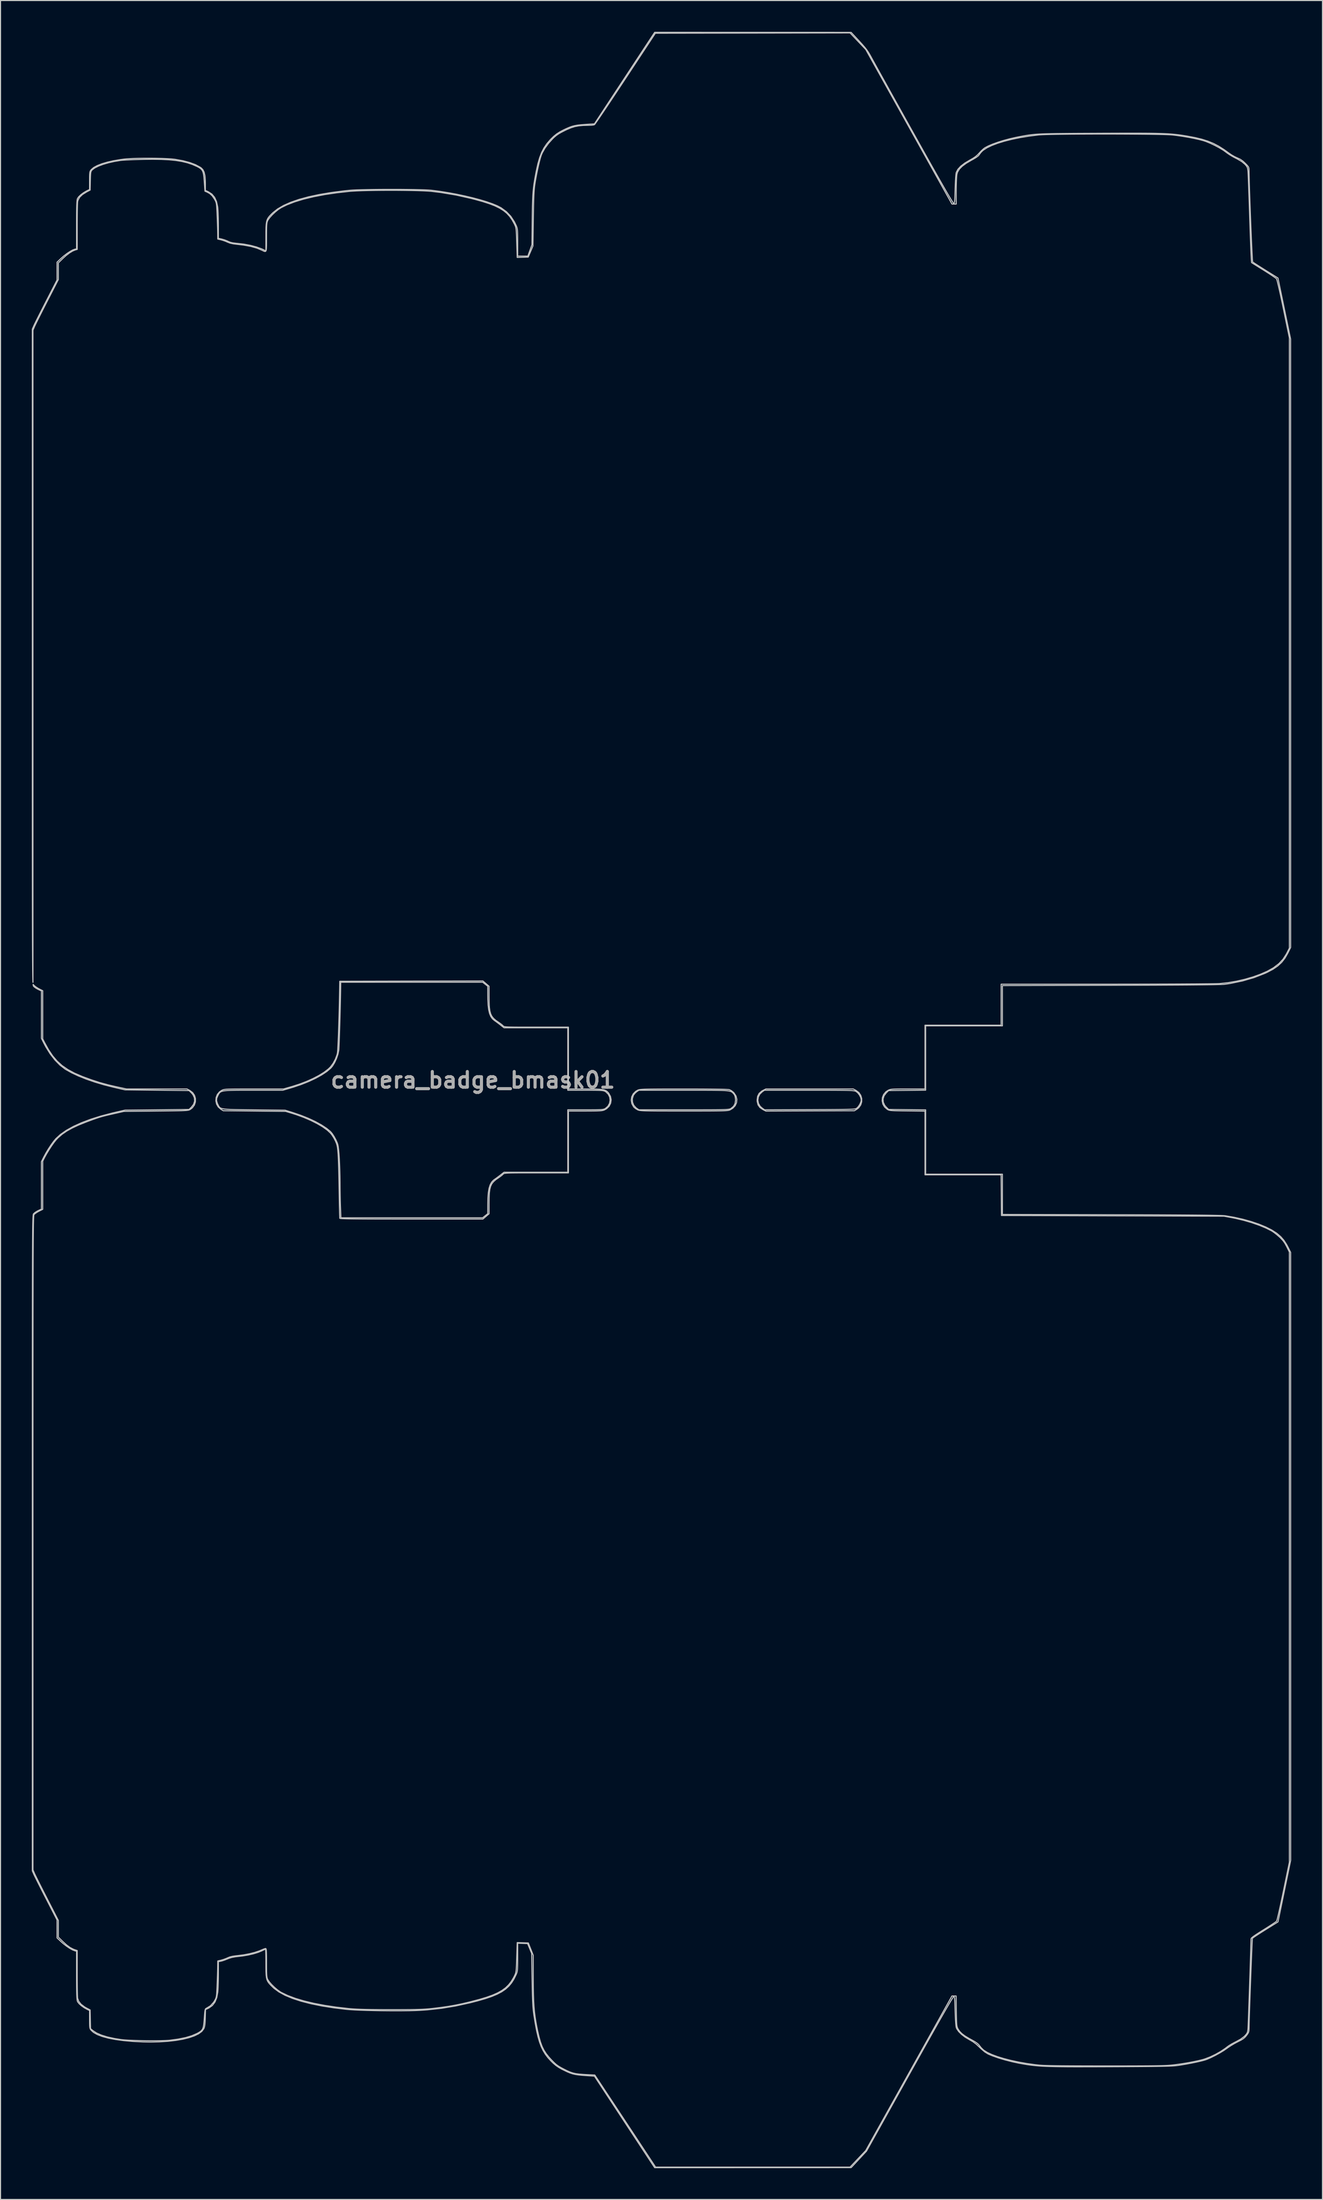
<source format=kicad_pcb>
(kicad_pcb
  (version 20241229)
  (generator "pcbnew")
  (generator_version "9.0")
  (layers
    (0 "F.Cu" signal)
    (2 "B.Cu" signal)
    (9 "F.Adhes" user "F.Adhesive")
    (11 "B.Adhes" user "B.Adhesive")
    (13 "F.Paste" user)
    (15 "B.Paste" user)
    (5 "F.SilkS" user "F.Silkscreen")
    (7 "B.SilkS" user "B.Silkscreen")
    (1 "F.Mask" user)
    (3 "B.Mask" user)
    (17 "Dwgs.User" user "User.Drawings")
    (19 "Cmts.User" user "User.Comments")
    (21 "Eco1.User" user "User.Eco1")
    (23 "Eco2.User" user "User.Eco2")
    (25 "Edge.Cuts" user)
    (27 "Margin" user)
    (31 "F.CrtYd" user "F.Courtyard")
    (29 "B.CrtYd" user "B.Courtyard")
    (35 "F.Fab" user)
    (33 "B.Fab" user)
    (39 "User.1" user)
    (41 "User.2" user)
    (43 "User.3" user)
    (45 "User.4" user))
  (footprint "camera_badge_bmask01"
    (layer "F.Cu")
    (at 60.398 102.457)
    (property "Reference" "camera_badge_bmask01" (at -18.09 -1.91 0) (layer "F.Fab") (effects (font (size 1.5 1.5) (thickness 0.3))))
    (attr board_only exclude_from_pos_files exclude_from_bom)
    (fp_poly (pts (xy 39.626 -69.067) (xy 40.022 -68.996) (xy 40.387 -68.861) (xy 40.684 -68.677) (xy 40.791 -68.577) (xy 40.939 -68.333) (xy 41.031 -68.012) (xy 41.065 -67.651) (xy 41.04 -67.285) (xy 40.956 -66.948) (xy 40.846 -66.726) (xy 40.689 -66.519) (xy 40.519 -66.374) (xy 40.295 -66.265) (xy 40.065 -66.189) (xy 39.7 -66.11) (xy 39.373 -66.109) (xy 39.161 -66.148) (xy 38.862 -66.257) (xy 38.566 -66.422) (xy 38.329 -66.611) (xy 38.31 -66.63) (xy 38.137 -66.885) (xy 38.04 -67.204) (xy 38.012 -67.606) (xy 38.016 -67.74) (xy 38.034 -67.988) (xy 38.069 -68.158) (xy 38.136 -68.298) (xy 38.253 -68.455) (xy 38.273 -68.479) (xy 38.53 -68.728) (xy 38.838 -68.927) (xy 38.853 -68.934) (xy 39.059 -69.026) (xy 39.231 -69.072) (xy 39.424 -69.08)) (stroke (width 0) (type solid)) (fill yes) (layer "B.Mask"))
    (fp_poly (pts (xy -22.623 -71.435) (xy -22.085 -71.322) (xy -21.592 -71.1) (xy -21.461 -71.017) (xy -20.969 -70.615) (xy -20.572 -70.141) (xy -20.276 -69.607) (xy -20.089 -69.028) (xy -20.016 -68.416) (xy -20.031 -68.023) (xy -20.15 -67.359) (xy -20.371 -66.768) (xy -20.695 -66.247) (xy -21.123 -65.794) (xy -21.42 -65.561) (xy -21.69 -65.38) (xy -21.914 -65.257) (xy -22.138 -65.17) (xy -22.413 -65.099) (xy -22.46 -65.088) (xy -22.749 -65.027) (xy -22.969 -64.992) (xy -23.163 -64.982) (xy -23.373 -64.996) (xy -23.643 -65.034) (xy -23.809 -65.061) (xy -24.243 -65.142) (xy -24.584 -65.232) (xy -24.862 -65.344) (xy -25.11 -65.49) (xy -25.354 -65.678) (xy -25.687 -65.99) (xy -25.942 -66.306) (xy -26.134 -66.652) (xy -26.276 -67.056) (xy -26.381 -67.546) (xy -26.417 -67.778) (xy -26.469 -68.461) (xy -26.42 -69.073) (xy -26.268 -69.614) (xy -26.013 -70.086) (xy -25.654 -70.491) (xy -25.189 -70.83) (xy -24.618 -71.105) (xy -23.939 -71.316) (xy -23.862 -71.334) (xy -23.214 -71.439)) (stroke (width 0) (type solid)) (fill yes) (layer "B.Mask"))
    (fp_poly (pts (xy 9.107 -96.091) (xy 9.986 -95.96) (xy 10.59 -95.472) (xy 10.79 -95.306) (xy 10.96 -95.156) (xy 11.113 -95.003) (xy 11.266 -94.83) (xy 11.433 -94.617) (xy 11.631 -94.347) (xy 11.876 -94.001) (xy 12.028 -93.783) (xy 12.862 -92.582) (xy 13.887 -92.01) (xy 14.911 -91.439) (xy 18.705 -91.372) (xy 22.498 -91.305) (xy 22.902 -90.864) (xy 23.305 -90.423) (xy 23.286 -88.634) (xy 23.266 -86.845) (xy 22.796 -86.328) (xy 22.327 -85.811) (xy 20.244 -85.811) (xy 18.161 -85.811) (xy 18.161 -84.63) (xy 18.161 -83.45) (xy 17.651 -82.977) (xy 17.141 -82.503) (xy 14.103 -82.503) (xy 11.065 -82.503) (xy 10.365 -82.16) (xy 9.666 -81.817) (xy 8.78 -81.82) (xy 7.895 -81.823) (xy 7.271 -82.18) (xy 6.646 -82.538) (xy 3.776 -82.502) (xy 0.905 -82.466) (xy 0.718 -82.607) (xy 0.579 -82.719) (xy 0.387 -82.882) (xy 0.183 -83.063) (xy 0.163 -83.08) (xy -0.204 -83.413) (xy -0.235 -84.596) (xy -0.266 -85.78) (xy -2.707 -85.761) (xy -5.149 -85.743) (xy -5.691 -86.136) (xy -6.234 -86.529) (xy -6.237 -88.449) (xy -6.241 -90.369) (xy -5.882 -90.827) (xy -5.523 -91.284) (xy -4.78 -91.325) (xy -4.576 -91.332) (xy -4.262 -91.34) (xy -3.852 -91.346) (xy -3.361 -91.352) (xy -2.802 -91.357) (xy -2.191 -91.361) (xy -1.542 -91.364) (xy -0.869 -91.366) (xy -0.505 -91.366) (xy 3.027 -91.367) (xy 3.807 -91.828) (xy 4.587 -92.289) (xy 5.242 -93.71) (xy 5.898 -95.13) (xy 7.063 -95.677) (xy 8.228 -96.223)) (stroke (width 0) (type solid)) (fill yes) (layer "B.Mask"))
    (fp_poly (pts (xy 18.666 -0.916) (xy 18.936 -0.711) (xy 19.116 -0.444) (xy 19.206 -0.141) (xy 19.204 0.174) (xy 19.11 0.476) (xy 18.922 0.739) (xy 18.74 0.883) (xy 18.504 1.03) (xy 14.26 1.047) (xy 10.016 1.064) (xy 9.736 0.922) (xy 9.445 0.723) (xy 9.263 0.47) (xy 9.181 0.148) (xy 9.175 0.021) (xy 9.245 0.021) (xy 9.302 0.322) (xy 9.458 0.596) (xy 9.667 0.785) (xy 9.892 0.938) (xy 14.229 0.922) (xy 15.07 0.918) (xy 15.795 0.915) (xy 16.414 0.912) (xy 16.934 0.908) (xy 17.366 0.903) (xy 17.718 0.897) (xy 17.998 0.891) (xy 18.217 0.882) (xy 18.384 0.872) (xy 18.506 0.859) (xy 18.593 0.844) (xy 18.654 0.826) (xy 18.699 0.806) (xy 18.735 0.781) (xy 18.737 0.78) (xy 18.896 0.615) (xy 19.038 0.386) (xy 19.134 0.147) (xy 19.159 -0.01) (xy 19.112 -0.234) (xy 18.989 -0.478) (xy 18.821 -0.693) (xy 18.659 -0.82) (xy 18.612 -0.843) (xy 18.554 -0.862) (xy 18.477 -0.879) (xy 18.371 -0.893) (xy 18.227 -0.904) (xy 18.037 -0.914) (xy 17.79 -0.921) (xy 17.478 -0.926) (xy 17.092 -0.93) (xy 16.623 -0.933) (xy 16.061 -0.935) (xy 15.397 -0.936) (xy 14.622 -0.936) (xy 14.161 -0.936) (xy 9.879 -0.936) (xy 9.673 -0.796) (xy 9.431 -0.563) (xy 9.288 -0.283) (xy 9.245 0.021) (xy 9.175 0.021) (xy 9.174 0) (xy 9.22 -0.353) (xy 9.362 -0.632) (xy 9.609 -0.85) (xy 9.734 -0.921) (xy 10.012 -1.061) (xy 14.201 -1.061) (xy 18.391 -1.061)) (stroke (width 0.1) (type solid)) (fill no) (layer "Dwgs.User"))
    (fp_poly (pts (xy 3.012 -1.058) (xy 3.812 -1.056) (xy 4.518 -1.051) (xy 5.125 -1.045) (xy 5.629 -1.037) (xy 6.023 -1.027) (xy 6.305 -1.016) (xy 6.468 -1.003) (xy 6.5 -0.997) (xy 6.696 -0.902) (xy 6.898 -0.742) (xy 6.949 -0.689) (xy 7.146 -0.39) (xy 7.229 -0.072) (xy 7.203 0.244) (xy 7.074 0.538) (xy 6.844 0.787) (xy 6.587 0.944) (xy 6.531 0.966) (xy 6.464 0.986) (xy 6.378 1.002) (xy 6.263 1.016) (xy 6.109 1.027) (xy 5.907 1.037) (xy 5.647 1.044) (xy 5.322 1.049) (xy 4.92 1.053) (xy 4.433 1.056) (xy 3.852 1.057) (xy 3.166 1.058) (xy 2.368 1.058) (xy 2.153 1.058) (xy 1.326 1.058) (xy 0.614 1.057) (xy 0.008 1.056) (xy -0.501 1.054) (xy -0.923 1.05) (xy -1.266 1.045) (xy -1.541 1.039) (xy -1.756 1.03) (xy -1.921 1.019) (xy -2.045 1.006) (xy -2.138 0.99) (xy -2.209 0.972) (xy -2.267 0.95) (xy -2.283 0.943) (xy -2.477 0.829) (xy -2.642 0.69) (xy -2.673 0.655) (xy -2.843 0.348) (xy -2.902 0.021) (xy -2.883 -0.116) (xy -2.795 -0.116) (xy -2.779 0.208) (xy -2.657 0.506) (xy -2.438 0.751) (xy -2.378 0.794) (xy -2.166 0.936) (xy 2.147 0.936) (xy 2.985 0.936) (xy 3.708 0.935) (xy 4.325 0.934) (xy 4.843 0.932) (xy 5.273 0.929) (xy 5.624 0.925) (xy 5.905 0.919) (xy 6.124 0.911) (xy 6.291 0.901) (xy 6.416 0.889) (xy 6.506 0.874) (xy 6.571 0.856) (xy 6.62 0.835) (xy 6.663 0.812) (xy 6.913 0.603) (xy 7.057 0.341) (xy 7.102 0.012) (xy 7.098 -0.077) (xy 7.066 -0.327) (xy 6.999 -0.499) (xy 6.923 -0.598) (xy 6.864 -0.662) (xy 6.809 -0.718) (xy 6.749 -0.766) (xy 6.676 -0.806) (xy 6.579 -0.839) (xy 6.451 -0.866) (xy 6.282 -0.888) (xy 6.062 -0.905) (xy 5.784 -0.917) (xy 5.438 -0.925) (xy 5.014 -0.931) (xy 4.504 -0.934) (xy 3.899 -0.936) (xy 3.189 -0.936) (xy 2.367 -0.936) (xy 2.134 -0.936) (xy -2.166 -0.936) (xy -2.378 -0.794) (xy -2.549 -0.642) (xy -2.687 -0.458) (xy -2.699 -0.436) (xy -2.795 -0.116) (xy -2.883 -0.116) (xy -2.856 -0.301) (xy -2.711 -0.593) (xy -2.473 -0.833) (xy -2.283 -0.943) (xy -2.227 -0.966) (xy -2.16 -0.985) (xy -2.075 -1.002) (xy -1.96 -1.016) (xy -1.807 -1.027) (xy -1.607 -1.037) (xy -1.35 -1.044) (xy -1.026 -1.049) (xy -0.627 -1.053) (xy -0.143 -1.056) (xy 0.436 -1.058) (xy 1.119 -1.059) (xy 1.914 -1.059) (xy 2.122 -1.059)) (stroke (width 0.1) (type solid)) (fill no) (layer "Dwgs.User"))
    (fp_poly (pts (xy -48.476 -90.324) (xy -47.925 -90.311) (xy -47.424 -90.29) (xy -46.999 -90.263) (xy -46.672 -90.229) (xy -46.65 -90.225) (xy -45.907 -90.091) (xy -45.256 -89.919) (xy -44.704 -89.713) (xy -44.262 -89.477) (xy -44.14 -89.392) (xy -43.981 -89.223) (xy -43.866 -88.985) (xy -43.791 -88.662) (xy -43.754 -88.241) (xy -43.748 -87.922) (xy -43.748 -87.247) (xy -43.467 -87.115) (xy -43.126 -86.893) (xy -42.866 -86.582) (xy -42.681 -86.178) (xy -42.571 -85.677) (xy -42.559 -85.57) (xy -42.54 -85.329) (xy -42.524 -84.994) (xy -42.511 -84.6) (xy -42.503 -84.18) (xy -42.501 -83.839) (xy -42.5 -82.648) (xy -42.168 -82.574) (xy -41.911 -82.499) (xy -41.651 -82.398) (xy -41.56 -82.353) (xy -41.355 -82.268) (xy -41.103 -82.209) (xy -40.767 -82.169) (xy -40.69 -82.163) (xy -40.049 -82.09) (xy -39.422 -81.972) (xy -38.841 -81.817) (xy -38.34 -81.633) (xy -38.178 -81.557) (xy -37.945 -81.44) (xy -37.955 -81.415) (xy -38.013 -81.382) (xy -38.096 -81.397) (xy -38.208 -81.448) (xy -38.31 -81.5) (xy -38.805 -81.708) (xy -39.398 -81.874) (xy -40.096 -82.001) (xy -40.68 -82.07) (xy -41.084 -82.121) (xy -41.39 -82.19) (xy -41.616 -82.278) (xy -41.862 -82.383) (xy -42.137 -82.475) (xy -42.235 -82.501) (xy -42.562 -82.578) (xy -42.565 -83.087) (xy -42.569 -83.315) (xy -42.577 -83.637) (xy -42.59 -84.022) (xy -42.605 -84.439) (xy -42.621 -84.824) (xy -42.639 -85.245) (xy -42.656 -85.562) (xy -42.674 -85.796) (xy -42.696 -85.968) (xy -42.727 -86.098) (xy -42.769 -86.208) (xy -42.825 -86.317) (xy -42.871 -86.398) (xy -43.091 -86.721) (xy -43.336 -86.946) (xy -43.597 -87.088) (xy -43.79 -87.169) (xy -43.853 -88.074) (xy -43.886 -88.489) (xy -43.928 -88.801) (xy -43.988 -89.032) (xy -44.078 -89.204) (xy -44.207 -89.337) (xy -44.387 -89.454) (xy -44.577 -89.551) (xy -45.017 -89.741) (xy -45.488 -89.897) (xy -46.005 -90.021) (xy -46.581 -90.114) (xy -47.228 -90.179) (xy -47.96 -90.216) (xy -48.791 -90.229) (xy -49.583 -90.221) (xy -50.076 -90.21) (xy -50.553 -90.195) (xy -50.995 -90.177) (xy -51.378 -90.158) (xy -51.682 -90.139) (xy -51.883 -90.119) (xy -51.892 -90.118) (xy -52.483 -90.02) (xy -53.04 -89.895) (xy -53.546 -89.748) (xy -53.983 -89.585) (xy -54.335 -89.412) (xy -54.582 -89.236) (xy -54.617 -89.201) (xy -54.675 -89.132) (xy -54.716 -89.053) (xy -54.744 -88.94) (xy -54.761 -88.773) (xy -54.773 -88.527) (xy -54.782 -88.18) (xy -54.783 -88.16) (xy -54.803 -87.274) (xy -55.143 -87.096) (xy -55.537 -86.85) (xy -55.81 -86.587) (xy -55.966 -86.304) (xy -56.001 -86.155) (xy -56.011 -86.022) (xy -56.02 -85.781) (xy -56.028 -85.449) (xy -56.034 -85.043) (xy -56.039 -84.582) (xy -56.042 -84.08) (xy -56.042 -83.718) (xy -56.042 -81.581) (xy -56.214 -81.538) (xy -56.475 -81.433) (xy -56.786 -81.243) (xy -57.123 -80.985) (xy -57.431 -80.705) (xy -57.852 -80.291) (xy -57.852 -79.493) (xy -57.852 -78.695) (xy -58.919 -76.621) (xy -59.167 -76.135) (xy -59.404 -75.67) (xy -59.62 -75.242) (xy -59.809 -74.864) (xy -59.963 -74.552) (xy -60.075 -74.321) (xy -60.136 -74.189) (xy -60.286 -73.832) (xy -60.286 -42.468) (xy -60.286 -11.287) (xy -60.289 -11.345) (xy -60.295 -11.491) (xy -60.3 -11.667) (xy -60.305 -11.878) (xy -60.309 -12.126) (xy -60.313 -12.415) (xy -60.317 -12.748) (xy -60.321 -13.128) (xy -60.324 -13.559) (xy -60.327 -14.043) (xy -60.33 -14.584) (xy -60.333 -15.185) (xy -60.335 -15.85) (xy -60.337 -16.58) (xy -60.339 -17.381) (xy -60.34 -18.255) (xy -60.342 -19.204) (xy -60.343 -20.233) (xy -60.344 -21.345) (xy -60.345 -22.543) (xy -60.346 -23.83) (xy -60.346 -25.209) (xy -60.347 -26.683) (xy -60.347 -28.257) (xy -60.348 -29.932) (xy -60.348 -31.713) (xy -60.348 -33.602) (xy -60.348 -35.602) (xy -60.348 -37.718) (xy -60.348 -39.951) (xy -60.348 -42.306) (xy -60.348 -42.5) (xy -60.348 -73.938) (xy -60.2 -74.273) (xy -60.137 -74.407) (xy -60.024 -74.636) (xy -59.87 -74.945) (xy -59.681 -75.32) (xy -59.465 -75.746) (xy -59.231 -76.206) (xy -59.014 -76.629) (xy -57.977 -78.65) (xy -57.977 -79.506) (xy -57.977 -80.362) (xy -57.612 -80.71) (xy -57.338 -80.951) (xy -57.041 -81.18) (xy -56.749 -81.376) (xy -56.49 -81.522) (xy -56.291 -81.598) (xy -56.289 -81.599) (xy -56.105 -81.639) (xy -56.105 -83.946) (xy -56.104 -84.579) (xy -56.101 -85.099) (xy -56.095 -85.517) (xy -56.086 -85.843) (xy -56.074 -86.09) (xy -56.059 -86.269) (xy -56.039 -86.39) (xy -56.019 -86.457) (xy -55.903 -86.628) (xy -55.702 -86.823) (xy -55.444 -87.017) (xy -55.159 -87.186) (xy -55.091 -87.22) (xy -54.857 -87.332) (xy -54.857 -88.189) (xy -54.856 -88.533) (xy -54.85 -88.776) (xy -54.836 -88.942) (xy -54.811 -89.056) (xy -54.77 -89.141) (xy -54.71 -89.221) (xy -54.694 -89.239) (xy -54.467 -89.435) (xy -54.126 -89.622) (xy -53.685 -89.796) (xy -53.156 -89.953) (xy -52.55 -90.09) (xy -51.879 -90.203) (xy -51.518 -90.25) (xy -51.162 -90.281) (xy -50.714 -90.305) (xy -50.198 -90.321) (xy -49.637 -90.329) (xy -49.055 -90.33)) (stroke (width 0.1) (type solid)) (fill no) (layer "Dwgs.User"))
    (fp_poly (pts (xy -16.835 -11.166) (xy -16.538 -10.912) (xy -16.537 -9.871) (xy -16.53 -9.325) (xy -16.506 -8.886) (xy -16.458 -8.534) (xy -16.379 -8.251) (xy -16.262 -8.02) (xy -16.1 -7.821) (xy -15.887 -7.637) (xy -15.633 -7.461) (xy -15.44 -7.325) (xy -15.275 -7.194) (xy -15.202 -7.124) (xy -15.173 -7.093) (xy -15.138 -7.068) (xy -15.086 -7.047) (xy -15.007 -7.03) (xy -14.89 -7.017) (xy -14.723 -7.007) (xy -14.497 -7) (xy -14.201 -6.995) (xy -13.825 -6.992) (xy -13.356 -6.99) (xy -12.786 -6.99) (xy -12.103 -6.99) (xy -12.004 -6.99) (xy -8.924 -6.99) (xy -8.924 -4.025) (xy -8.924 -1.061) (xy -7.317 -1.06) (xy -6.768 -1.057) (xy -6.328 -1.05) (xy -5.982 -1.034) (xy -5.715 -1.008) (xy -5.513 -0.968) (xy -5.359 -0.911) (xy -5.238 -0.836) (xy -5.136 -0.739) (xy -5.066 -0.655) (xy -4.891 -0.343) (xy -4.829 -0.015) (xy -4.875 0.306) (xy -5.023 0.597) (xy -5.268 0.835) (xy -5.456 0.943) (xy -5.546 0.978) (xy -5.651 1.006) (xy -5.787 1.027) (xy -5.97 1.041) (xy -6.217 1.051) (xy -6.545 1.056) (xy -6.97 1.059) (xy -7.317 1.06) (xy -8.924 1.061) (xy -8.924 4.025) (xy -8.924 6.99) (xy -12.004 6.99) (xy -12.703 6.99) (xy -13.287 6.99) (xy -13.768 6.992) (xy -14.156 6.995) (xy -14.462 6.999) (xy -14.697 7.006) (xy -14.871 7.016) (xy -14.994 7.028) (xy -15.078 7.045) (xy -15.133 7.065) (xy -15.169 7.09) (xy -15.198 7.119) (xy -15.202 7.124) (xy -15.321 7.232) (xy -15.499 7.369) (xy -15.633 7.461) (xy -15.901 7.648) (xy -16.111 7.833) (xy -16.27 8.033) (xy -16.384 8.266) (xy -16.462 8.553) (xy -16.508 8.909) (xy -16.531 9.355) (xy -16.537 9.871) (xy -16.538 10.912) (xy -16.835 11.166) (xy -17.131 11.42) (xy -23.982 11.42) (xy -25.095 11.42) (xy -26.089 11.419) (xy -26.97 11.418) (xy -27.744 11.416) (xy -28.416 11.413) (xy -28.992 11.409) (xy -29.479 11.404) (xy -29.881 11.399) (xy -30.205 11.392) (xy -30.457 11.384) (xy -30.643 11.375) (xy -30.768 11.365) (xy -30.837 11.354) (xy -30.858 11.343) (xy -30.864 11.265) (xy -30.871 11.077) (xy -30.88 10.79) (xy -30.888 10.418) (xy -30.898 9.975) (xy -30.907 9.473) (xy -30.916 8.927) (xy -30.921 8.612) (xy -30.931 8.011) (xy -30.943 7.418) (xy -30.956 6.85) (xy -30.971 6.327) (xy -30.986 5.867) (xy -31.002 5.49) (xy -31.016 5.212) (xy -31.021 5.149) (xy -31.051 4.796) (xy -31.082 4.535) (xy -31.124 4.33) (xy -31.182 4.148) (xy -31.264 3.954) (xy -31.293 3.892) (xy -31.431 3.632) (xy -31.592 3.378) (xy -31.741 3.184) (xy -31.741 3.184) (xy -32.068 2.881) (xy -32.502 2.571) (xy -33.029 2.261) (xy -33.632 1.959) (xy -34.296 1.674) (xy -35.006 1.413) (xy -35.448 1.272) (xy -36.041 1.092) (xy -39.036 1.061) (xy -42.032 1.03) (xy -42.268 0.883) (xy -42.519 0.661) (xy -42.677 0.383) (xy -42.743 0.075) (xy -42.742 0.064) (xy -42.676 0.064) (xy -42.602 0.313) (xy -42.561 0.402) (xy -42.507 0.513) (xy -42.458 0.606) (xy -42.403 0.684) (xy -42.331 0.747) (xy -42.231 0.797) (xy -42.093 0.836) (xy -41.906 0.866) (xy -41.66 0.888) (xy -41.343 0.904) (xy -40.945 0.915) (xy -40.455 0.924) (xy -39.863 0.931) (xy -39.158 0.939) (xy -39.099 0.94) (xy -36.103 0.975) (xy -35.385 1.198) (xy -34.61 1.461) (xy -33.88 1.753) (xy -33.212 2.064) (xy -32.621 2.388) (xy -32.123 2.716) (xy -31.753 3.021) (xy -31.582 3.224) (xy -31.4 3.503) (xy -31.229 3.819) (xy -31.093 4.127) (xy -31.049 4.258) (xy -31.009 4.455) (xy -30.97 4.761) (xy -30.934 5.158) (xy -30.902 5.63) (xy -30.875 6.16) (xy -30.854 6.731) (xy -30.839 7.328) (xy -30.831 7.932) (xy -30.831 8.119) (xy -30.827 8.585) (xy -30.819 9.111) (xy -30.808 9.64) (xy -30.794 10.119) (xy -30.788 10.256) (xy -30.747 11.296) (xy -23.951 11.296) (xy -17.155 11.296) (xy -16.909 11.098) (xy -16.663 10.9) (xy -16.662 10.022) (xy -16.65 9.399) (xy -16.61 8.887) (xy -16.541 8.472) (xy -16.438 8.143) (xy -16.299 7.888) (xy -16.119 7.693) (xy -16.025 7.622) (xy -15.841 7.493) (xy -15.616 7.326) (xy -15.442 7.193) (xy -15.104 6.927) (xy -12.046 6.927) (xy -8.987 6.927) (xy -8.987 3.932) (xy -8.987 0.936) (xy -7.286 0.936) (xy -6.778 0.935) (xy -6.378 0.933) (xy -6.073 0.928) (xy -5.845 0.919) (xy -5.681 0.906) (xy -5.563 0.886) (xy -5.477 0.86) (xy -5.407 0.827) (xy -5.382 0.812) (xy -5.137 0.597) (xy -4.987 0.327) (xy -4.93 0.029) (xy -4.969 -0.273) (xy -5.102 -0.55) (xy -5.329 -0.777) (xy -5.382 -0.812) (xy -5.45 -0.849) (xy -5.528 -0.878) (xy -5.632 -0.899) (xy -5.777 -0.915) (xy -5.979 -0.925) (xy -6.253 -0.931) (xy -6.615 -0.935) (xy -7.081 -0.936) (xy -7.286 -0.936) (xy -8.987 -0.936) (xy -8.987 -3.932) (xy -8.987 -6.927) (xy -12.046 -6.927) (xy -15.104 -6.927) (xy -15.44 -7.193) (xy -15.66 -7.362) (xy -15.883 -7.528) (xy -16.027 -7.629) (xy -16.221 -7.798) (xy -16.375 -8.017) (xy -16.492 -8.299) (xy -16.576 -8.658) (xy -16.63 -9.105) (xy -16.657 -9.655) (xy -16.662 -10.058) (xy -16.663 -10.911) (xy -16.906 -11.103) (xy -17.149 -11.296) (xy -23.958 -11.296) (xy -30.767 -11.296) (xy -30.768 -11.155) (xy -30.772 -10.795) (xy -30.779 -10.359) (xy -30.788 -9.862) (xy -30.8 -9.321) (xy -30.814 -8.75) (xy -30.83 -8.164) (xy -30.846 -7.578) (xy -30.863 -7.009) (xy -30.88 -6.471) (xy -30.897 -5.979) (xy -30.913 -5.548) (xy -30.928 -5.195) (xy -30.941 -4.934) (xy -30.952 -4.78) (xy -30.954 -4.767) (xy -31.034 -4.384) (xy -31.172 -3.978) (xy -31.351 -3.59) (xy -31.554 -3.257) (xy -31.718 -3.06) (xy -32.099 -2.737) (xy -32.587 -2.411) (xy -33.167 -2.09) (xy -33.821 -1.783) (xy -34.533 -1.498) (xy -35.286 -1.242) (xy -35.496 -1.179) (xy -36.325 -0.936) (xy -39.148 -0.936) (xy -39.853 -0.936) (xy -40.444 -0.935) (xy -40.932 -0.931) (xy -41.328 -0.922) (xy -41.643 -0.908) (xy -41.889 -0.886) (xy -42.075 -0.855) (xy -42.214 -0.812) (xy -42.316 -0.758) (xy -42.392 -0.689) (xy -42.453 -0.604) (xy -42.51 -0.503) (xy -42.545 -0.436) (xy -42.657 -0.17) (xy -42.676 0.064) (xy -42.742 0.064) (xy -42.717 -0.239) (xy -42.602 -0.533) (xy -42.397 -0.781) (xy -42.19 -0.921) (xy -42.122 -0.954) (xy -42.054 -0.981) (xy -41.974 -1.003) (xy -41.869 -1.021) (xy -41.729 -1.035) (xy -41.542 -1.045) (xy -41.296 -1.052) (xy -40.978 -1.057) (xy -40.578 -1.059) (xy -40.084 -1.061) (xy -39.483 -1.061) (xy -39.082 -1.061) (xy -36.253 -1.061) (xy -35.465 -1.287) (xy -34.751 -1.514) (xy -34.067 -1.773) (xy -33.429 -2.057) (xy -32.854 -2.357) (xy -32.357 -2.665) (xy -31.957 -2.972) (xy -31.75 -3.174) (xy -31.497 -3.515) (xy -31.279 -3.921) (xy -31.124 -4.337) (xy -31.085 -4.497) (xy -31.069 -4.634) (xy -31.051 -4.883) (xy -31.032 -5.231) (xy -31.012 -5.664) (xy -30.991 -6.169) (xy -30.971 -6.734) (xy -30.951 -7.346) (xy -30.931 -7.991) (xy -30.913 -8.656) (xy -30.897 -9.328) (xy -30.884 -9.995) (xy -30.875 -10.485) (xy -30.861 -11.389) (xy -23.996 -11.405) (xy -17.131 -11.42)) (stroke (width 0.1) (type solid)) (fill no) (layer "Dwgs.User"))
    (fp_poly (pts (xy 8.768 -102.405) (xy 18.192 -102.403) (xy 18.963 -101.572) (xy 19.266 -101.24) (xy 19.501 -100.968) (xy 19.688 -100.729) (xy 19.847 -100.496) (xy 19.999 -100.24) (xy 20.118 -100.024) (xy 20.197 -99.878) (xy 20.334 -99.63) (xy 20.522 -99.288) (xy 20.759 -98.861) (xy 21.04 -98.354) (xy 21.361 -97.777) (xy 21.717 -97.136) (xy 22.104 -96.439) (xy 22.519 -95.694) (xy 22.957 -94.908) (xy 23.413 -94.088) (xy 23.884 -93.244) (xy 24.214 -92.653) (xy 24.839 -91.534) (xy 25.405 -90.523) (xy 25.913 -89.618) (xy 26.365 -88.818) (xy 26.76 -88.122) (xy 27.1 -87.527) (xy 27.385 -87.032) (xy 27.618 -86.635) (xy 27.798 -86.336) (xy 27.926 -86.131) (xy 28.003 -86.021) (xy 28.028 -85.998) (xy 28.062 -86.01) (xy 28.089 -86.056) (xy 28.109 -86.152) (xy 28.125 -86.311) (xy 28.139 -86.55) (xy 28.151 -86.882) (xy 28.163 -87.324) (xy 28.163 -87.355) (xy 28.177 -87.777) (xy 28.195 -88.167) (xy 28.217 -88.504) (xy 28.24 -88.766) (xy 28.264 -88.93) (xy 28.27 -88.955) (xy 28.423 -89.258) (xy 28.697 -89.561) (xy 29.087 -89.862) (xy 29.525 -90.123) (xy 29.86 -90.312) (xy 30.113 -90.482) (xy 30.319 -90.66) (xy 30.474 -90.826) (xy 30.661 -91.026) (xy 30.852 -91.205) (xy 31.008 -91.326) (xy 31.013 -91.33) (xy 31.339 -91.503) (xy 31.765 -91.684) (xy 32.269 -91.865) (xy 32.826 -92.039) (xy 33.414 -92.197) (xy 34.01 -92.333) (xy 34.168 -92.364) (xy 34.452 -92.419) (xy 34.709 -92.467) (xy 34.948 -92.51) (xy 35.18 -92.546) (xy 35.412 -92.578) (xy 35.655 -92.605) (xy 35.918 -92.629) (xy 36.21 -92.648) (xy 36.541 -92.664) (xy 36.919 -92.677) (xy 37.354 -92.687) (xy 37.855 -92.696) (xy 38.432 -92.702) (xy 39.094 -92.708) (xy 39.849 -92.713) (xy 40.708 -92.717) (xy 41.68 -92.721) (xy 42 -92.723) (xy 43.072 -92.727) (xy 44.027 -92.73) (xy 44.876 -92.732) (xy 45.627 -92.731) (xy 46.289 -92.729) (xy 46.872 -92.724) (xy 47.385 -92.716) (xy 47.836 -92.704) (xy 48.235 -92.69) (xy 48.59 -92.672) (xy 48.911 -92.649) (xy 49.208 -92.623) (xy 49.488 -92.592) (xy 49.761 -92.556) (xy 50.036 -92.515) (xy 50.322 -92.469) (xy 50.426 -92.451) (xy 51.179 -92.309) (xy 51.833 -92.151) (xy 52.413 -91.967) (xy 52.945 -91.747) (xy 53.453 -91.481) (xy 53.963 -91.157) (xy 54.432 -90.818) (xy 54.689 -90.643) (xy 54.975 -90.48) (xy 55.229 -90.362) (xy 55.237 -90.359) (xy 55.521 -90.227) (xy 55.777 -90.047) (xy 55.993 -89.846) (xy 56.17 -89.664) (xy 56.277 -89.534) (xy 56.333 -89.419) (xy 56.353 -89.282) (xy 56.357 -89.097) (xy 56.362 -88.798) (xy 56.371 -88.412) (xy 56.383 -87.953) (xy 56.399 -87.431) (xy 56.418 -86.859) (xy 56.439 -86.25) (xy 56.462 -85.615) (xy 56.486 -84.966) (xy 56.512 -84.316) (xy 56.537 -83.677) (xy 56.563 -83.06) (xy 56.588 -82.478) (xy 56.613 -81.943) (xy 56.635 -81.467) (xy 56.656 -81.062) (xy 56.674 -80.74) (xy 56.69 -80.514) (xy 56.702 -80.395) (xy 56.706 -80.38) (xy 56.775 -80.33) (xy 56.934 -80.224) (xy 57.167 -80.074) (xy 57.458 -79.888) (xy 57.79 -79.679) (xy 57.949 -79.579) (xy 59.131 -78.841) (xy 59.738 -75.914) (xy 60.345 -72.986) (xy 60.347 -43.811) (xy 60.348 -14.636) (xy 60.069 -14.073) (xy 59.801 -13.606) (xy 59.486 -13.205) (xy 59.107 -12.854) (xy 58.646 -12.539) (xy 58.085 -12.242) (xy 57.864 -12.141) (xy 56.836 -11.742) (xy 55.724 -11.419) (xy 54.546 -11.176) (xy 54.045 -11.101) (xy 53.923 -11.09) (xy 53.713 -11.08) (xy 53.413 -11.071) (xy 53.021 -11.062) (xy 52.532 -11.054) (xy 51.944 -11.047) (xy 51.255 -11.04) (xy 50.462 -11.033) (xy 49.561 -11.027) (xy 48.55 -11.022) (xy 47.426 -11.016) (xy 46.186 -11.011) (xy 44.828 -11.007) (xy 43.348 -11.003) (xy 43.108 -11.002) (xy 32.702 -10.976) (xy 32.702 -9.045) (xy 32.702 -7.114) (xy 29.02 -7.114) (xy 25.338 -7.114) (xy 25.338 -4.028) (xy 25.338 -0.942) (xy 23.562 -0.923) (xy 21.787 -0.905) (xy 21.564 -0.689) (xy 21.35 -0.406) (xy 21.253 -0.1) (xy 21.274 0.212) (xy 21.413 0.512) (xy 21.564 0.689) (xy 21.787 0.905) (xy 23.562 0.923) (xy 25.338 0.942) (xy 25.338 4.028) (xy 25.338 7.114) (xy 29.02 7.114) (xy 32.702 7.114) (xy 32.702 9.045) (xy 32.702 10.976) (xy 43.139 11.002) (xy 44.613 11.005) (xy 45.965 11.01) (xy 47.199 11.014) (xy 48.319 11.019) (xy 49.328 11.024) (xy 50.23 11.03) (xy 51.028 11.036) (xy 51.726 11.042) (xy 52.326 11.049) (xy 52.834 11.057) (xy 53.251 11.065) (xy 53.582 11.073) (xy 53.83 11.083) (xy 53.999 11.093) (xy 54.076 11.101) (xy 54.937 11.25) (xy 55.772 11.438) (xy 56.566 11.659) (xy 57.302 11.909) (xy 57.963 12.181) (xy 58.535 12.469) (xy 59 12.769) (xy 59.047 12.805) (xy 59.408 13.119) (xy 59.702 13.457) (xy 59.961 13.859) (xy 60.096 14.115) (xy 60.348 14.618) (xy 60.35 43.771) (xy 60.351 72.924) (xy 59.743 75.877) (xy 59.135 78.83) (xy 57.93 79.583) (xy 57.582 79.802) (xy 57.27 80.002) (xy 57.009 80.172) (xy 56.815 80.303) (xy 56.704 80.384) (xy 56.684 80.403) (xy 56.677 80.472) (xy 56.665 80.654) (xy 56.651 80.936) (xy 56.634 81.306) (xy 56.614 81.752) (xy 56.593 82.261) (xy 56.57 82.822) (xy 56.546 83.421) (xy 56.522 84.048) (xy 56.498 84.688) (xy 56.474 85.331) (xy 56.452 85.964) (xy 56.43 86.575) (xy 56.411 87.152) (xy 56.394 87.681) (xy 56.379 88.152) (xy 56.368 88.551) (xy 56.361 88.867) (xy 56.357 89.066) (xy 56.347 89.276) (xy 56.305 89.434) (xy 56.213 89.591) (xy 56.105 89.735) (xy 55.956 89.905) (xy 55.791 90.044) (xy 55.576 90.177) (xy 55.278 90.328) (xy 54.965 90.492) (xy 54.633 90.689) (xy 54.339 90.883) (xy 54.255 90.944) (xy 53.934 91.167) (xy 53.539 91.406) (xy 53.11 91.641) (xy 52.686 91.851) (xy 52.307 92.014) (xy 52.194 92.055) (xy 51.946 92.128) (xy 51.6 92.213) (xy 51.18 92.305) (xy 50.712 92.399) (xy 50.22 92.489) (xy 49.731 92.57) (xy 49.583 92.593) (xy 49.449 92.611) (xy 49.296 92.627) (xy 49.117 92.641) (xy 48.903 92.654) (xy 48.645 92.665) (xy 48.336 92.674) (xy 47.967 92.683) (xy 47.53 92.69) (xy 47.016 92.697) (xy 46.417 92.703) (xy 45.726 92.708) (xy 44.933 92.713) (xy 44.03 92.718) (xy 43.186 92.722) (xy 42.11 92.726) (xy 41.15 92.729) (xy 40.296 92.73) (xy 39.541 92.73) (xy 38.874 92.727) (xy 38.287 92.721) (xy 37.771 92.713) (xy 37.316 92.702) (xy 36.915 92.688) (xy 36.558 92.671) (xy 36.235 92.65) (xy 35.939 92.625) (xy 35.659 92.596) (xy 35.387 92.563) (xy 35.114 92.525) (xy 35.042 92.514) (xy 34.348 92.395) (xy 33.642 92.244) (xy 32.953 92.068) (xy 32.308 91.875) (xy 31.736 91.673) (xy 31.34 91.506) (xy 31.021 91.311) (xy 30.661 91.007) (xy 30.517 90.866) (xy 30.19 90.559) (xy 29.872 90.322) (xy 29.519 90.119) (xy 29.123 89.884) (xy 28.779 89.621) (xy 28.505 89.348) (xy 28.323 89.083) (xy 28.271 88.956) (xy 28.247 88.82) (xy 28.223 88.58) (xy 28.2 88.258) (xy 28.181 87.877) (xy 28.166 87.458) (xy 28.163 87.355) (xy 28.151 86.907) (xy 28.14 86.568) (xy 28.126 86.325) (xy 28.111 86.161) (xy 28.09 86.062) (xy 28.064 86.013) (xy 28.031 85.998) (xy 28.027 85.998) (xy 27.987 86.041) (xy 27.9 86.171) (xy 27.764 86.391) (xy 27.579 86.701) (xy 27.344 87.105) (xy 27.057 87.603) (xy 26.717 88.198) (xy 26.324 88.892) (xy 25.876 89.687) (xy 25.372 90.584) (xy 24.811 91.586) (xy 24.192 92.695) (xy 23.793 93.409) (xy 19.662 100.82) (xy 18.927 101.61) (xy 18.192 102.4) (xy 8.768 102.403) (xy -0.655 102.405) (xy -3.544 98.014) (xy -6.432 93.624) (xy -7.101 93.581) (xy -7.577 93.547) (xy -7.955 93.51) (xy -8.262 93.463) (xy -8.525 93.402) (xy -8.771 93.321) (xy -9.027 93.215) (xy -9.134 93.165) (xy -9.542 92.966) (xy -9.865 92.782) (xy -10.139 92.592) (xy -10.396 92.372) (xy -10.615 92.156) (xy -10.896 91.846) (xy -11.14 91.524) (xy -11.352 91.177) (xy -11.537 90.791) (xy -11.7 90.35) (xy -11.846 89.842) (xy -11.982 89.252) (xy -12.111 88.565) (xy -12.239 87.769) (xy -12.242 87.749) (xy -12.277 87.502) (xy -12.306 87.248) (xy -12.33 86.97) (xy -12.35 86.652) (xy -12.367 86.279) (xy -12.382 85.834) (xy -12.395 85.303) (xy -12.407 84.67) (xy -12.412 84.375) (xy -12.454 81.848) (xy -12.648 81.38) (xy -12.842 80.912) (xy -13.317 80.894) (xy -13.792 80.875) (xy -13.792 82.212) (xy -13.793 82.656) (xy -13.796 82.994) (xy -13.803 83.248) (xy -13.816 83.438) (xy -13.837 83.582) (xy -13.868 83.701) (xy -13.911 83.815) (xy -13.95 83.906) (xy -14.152 84.316) (xy -14.38 84.676) (xy -14.644 84.995) (xy -14.955 85.278) (xy -15.326 85.533) (xy -15.766 85.765) (xy -16.287 85.983) (xy -16.899 86.191) (xy -17.615 86.398) (xy -18.379 86.594) (xy -19.753 86.896) (xy -21.09 87.117) (xy -22.439 87.265) (xy -23.185 87.316) (xy -23.643 87.336) (xy -24.191 87.35) (xy -24.808 87.358) (xy -25.474 87.361) (xy -26.17 87.358) (xy -26.877 87.351) (xy -27.574 87.338) (xy -28.243 87.322) (xy -28.863 87.301) (xy -29.415 87.277) (xy -29.88 87.249) (xy -30.205 87.221) (xy -31.455 87.069) (xy -32.601 86.887) (xy -33.641 86.675) (xy -34.573 86.435) (xy -35.393 86.167) (xy -36.1 85.872) (xy -36.691 85.55) (xy -37.163 85.203) (xy -37.277 85.097) (xy -37.479 84.898) (xy -37.635 84.727) (xy -37.752 84.566) (xy -37.835 84.394) (xy -37.889 84.191) (xy -37.922 83.938) (xy -37.938 83.616) (xy -37.943 83.203) (xy -37.944 82.818) (xy -37.945 82.418) (xy -37.949 82.065) (xy -37.956 81.774) (xy -37.964 81.565) (xy -37.973 81.455) (xy -37.977 81.442) (xy -38.047 81.468) (xy -38.191 81.535) (xy -38.321 81.6) (xy -38.679 81.749) (xy -39.128 81.887) (xy -39.635 82.005) (xy -40.168 82.096) (xy -40.503 82.135) (xy -40.897 82.181) (xy -41.205 82.239) (xy -41.467 82.317) (xy -41.626 82.38) (xy -41.87 82.478) (xy -42.105 82.558) (xy -42.266 82.6) (xy -42.5 82.642) (xy -42.501 83.836) (xy -42.504 84.256) (xy -42.513 84.674) (xy -42.527 85.06) (xy -42.543 85.38) (xy -42.559 85.57) (xy -42.656 86.093) (xy -42.827 86.516) (xy -43.075 86.845) (xy -43.401 87.082) (xy -43.46 87.112) (xy -43.735 87.241) (xy -43.758 88.039) (xy -43.772 88.402) (xy -43.793 88.668) (xy -43.825 88.862) (xy -43.871 89.012) (xy -43.905 89.087) (xy -44.093 89.334) (xy -44.396 89.559) (xy -44.805 89.759) (xy -45.311 89.934) (xy -45.907 90.081) (xy -46.584 90.198) (xy -47.332 90.284) (xy -48.145 90.337) (xy -49.013 90.355) (xy -49.741 90.343) (xy -50.702 90.296) (xy -51.577 90.218) (xy -52.36 90.113) (xy -53.048 89.98) (xy -53.633 89.822) (xy -54.112 89.638) (xy -54.477 89.432) (xy -54.703 89.228) (xy -54.765 89.149) (xy -54.807 89.067) (xy -54.834 88.957) (xy -54.849 88.797) (xy -54.855 88.561) (xy -54.857 88.227) (xy -54.857 88.189) (xy -54.857 87.332) (xy -55.091 87.22) (xy -55.377 87.06) (xy -55.644 86.87) (xy -55.862 86.673) (xy -56.001 86.494) (xy -56.019 86.457) (xy -56.042 86.375) (xy -56.061 86.246) (xy -56.076 86.057) (xy -56.088 85.799) (xy -56.096 85.459) (xy -56.101 85.027) (xy -56.104 84.49) (xy -56.105 83.947) (xy -56.105 81.643) (xy -56.276 81.6) (xy -56.498 81.512) (xy -56.778 81.354) (xy -57.086 81.145) (xy -57.394 80.903) (xy -57.579 80.74) (xy -57.977 80.367) (xy -57.977 79.506) (xy -57.977 78.645) (xy -59.013 76.627) (xy -59.259 76.149) (xy -59.491 75.692) (xy -59.704 75.272) (xy -59.889 74.904) (xy -60.039 74.603) (xy -60.147 74.385) (xy -60.199 74.273) (xy -60.348 73.938) (xy -60.348 42.5) (xy -60.348 40.136) (xy -60.348 37.892) (xy -60.348 35.767) (xy -60.348 33.758) (xy -60.348 31.86) (xy -60.348 30.071) (xy -60.347 28.387) (xy -60.347 26.806) (xy -60.347 25.323) (xy -60.346 23.937) (xy -60.345 22.643) (xy -60.344 21.438) (xy -60.343 20.319) (xy -60.342 19.284) (xy -60.34 18.328) (xy -60.339 17.448) (xy -60.337 16.642) (xy -60.335 15.906) (xy -60.333 15.236) (xy -60.33 14.63) (xy -60.328 14.084) (xy -60.325 13.596) (xy -60.321 13.161) (xy -60.318 12.777) (xy -60.314 12.44) (xy -60.31 12.148) (xy -60.305 11.897) (xy -60.3 11.683) (xy -60.295 11.504) (xy -60.289 11.356) (xy -60.283 11.236) (xy -60.277 11.141) (xy -60.27 11.068) (xy -60.263 11.013) (xy -60.256 10.973) (xy -60.248 10.946) (xy -60.239 10.927) (xy -60.23 10.913) (xy -60.23 10.912) (xy -60.105 10.8) (xy -59.916 10.677) (xy -59.793 10.612) (xy -59.475 10.463) (xy -59.475 8.191) (xy -59.475 5.919) (xy -59.251 5.472) (xy -59.045 5.091) (xy -58.804 4.69) (xy -58.549 4.303) (xy -58.302 3.963) (xy -58.093 3.711) (xy -57.65 3.304) (xy -57.088 2.911) (xy -56.412 2.535) (xy -55.628 2.179) (xy -54.742 1.844) (xy -53.757 1.534) (xy -52.68 1.251) (xy -52.36 1.176) (xy -51.455 0.969) (xy -48.385 0.937) (xy -45.315 0.905) (xy -45.092 0.689) (xy -44.877 0.406) (xy -44.781 0.1) (xy -44.802 -0.212) (xy -44.941 -0.511) (xy -45.092 -0.689) (xy -45.315 -0.905) (xy -48.385 -0.939) (xy -51.455 -0.974) (xy -52.579 -1.232) (xy -53.477 -1.459) (xy -54.345 -1.718) (xy -55.166 -2.002) (xy -55.92 -2.304) (xy -56.588 -2.617) (xy -57.152 -2.934) (xy -57.197 -2.963) (xy -57.695 -3.344) (xy -58.179 -3.837) (xy -58.637 -4.429) (xy -59.058 -5.105) (xy -59.251 -5.471) (xy -59.475 -5.919) (xy -59.475 -8.191) (xy -59.475 -10.463) (xy -59.793 -10.612) (xy -59.995 -10.724) (xy -60.165 -10.847) (xy -60.23 -10.912) (xy -60.239 -10.925) (xy -60.247 -10.944) (xy -60.255 -10.971) (xy -60.263 -11.009) (xy -60.27 -11.063) (xy -60.272 -11.089) (xy -60.138 -10.955) (xy -59.996 -10.842) (xy -59.797 -10.714) (xy -59.67 -10.645) (xy -59.35 -10.482) (xy -59.35 -8.172) (xy -59.35 -5.862) (xy -59.185 -5.537) (xy -58.801 -4.838) (xy -58.402 -4.243) (xy -57.971 -3.735) (xy -57.49 -3.299) (xy -56.939 -2.919) (xy -56.303 -2.577) (xy -55.561 -2.259) (xy -55.481 -2.228) (xy -54.654 -1.925) (xy -53.881 -1.675) (xy -53.112 -1.463) (xy -52.353 -1.285) (xy -51.316 -1.061) (xy -48.415 -1.061) (xy -45.515 -1.061) (xy -45.24 -0.916) (xy -44.968 -0.71) (xy -44.788 -0.442) (xy -44.7 -0.138) (xy -44.704 0.177) (xy -44.802 0.48) (xy -44.995 0.746) (xy -45.181 0.892) (xy -45.234 0.924) (xy -45.29 0.95) (xy -45.361 0.972) (xy -45.458 0.989) (xy -45.592 1.004) (xy -45.774 1.016) (xy -46.014 1.026) (xy -46.324 1.034) (xy -46.715 1.041) (xy -47.198 1.048) (xy -47.783 1.055) (xy -48.482 1.062) (xy -48.491 1.062) (xy -51.58 1.095) (xy -52.61 1.329) (xy -53.034 1.426) (xy -53.377 1.509) (xy -53.67 1.586) (xy -53.943 1.666) (xy -54.227 1.76) (xy -54.553 1.875) (xy -54.95 2.022) (xy -55.169 2.104) (xy -55.901 2.397) (xy -56.524 2.686) (xy -57.051 2.981) (xy -57.498 3.29) (xy -57.878 3.621) (xy -58.08 3.834) (xy -58.274 4.078) (xy -58.502 4.4) (xy -58.741 4.765) (xy -58.968 5.141) (xy -59.162 5.492) (xy -59.186 5.539) (xy -59.35 5.862) (xy -59.35 8.172) (xy -59.35 10.483) (xy -59.72 10.669) (xy -59.928 10.788) (xy -60.1 10.91) (xy -60.188 10.996) (xy -60.195 11.015) (xy -60.202 11.05) (xy -60.209 11.106) (xy -60.215 11.185) (xy -60.221 11.29) (xy -60.227 11.426) (xy -60.232 11.594) (xy -60.237 11.798) (xy -60.242 12.042) (xy -60.246 12.328) (xy -60.25 12.66) (xy -60.254 13.04) (xy -60.258 13.473) (xy -60.261 13.96) (xy -60.264 14.506) (xy -60.267 15.113) (xy -60.269 15.785) (xy -60.271 16.525) (xy -60.274 17.336) (xy -60.275 18.22) (xy -60.277 19.183) (xy -60.279 20.225) (xy -60.28 21.352) (xy -60.281 22.565) (xy -60.282 23.868) (xy -60.283 25.264) (xy -60.284 26.757) (xy -60.284 28.349) (xy -60.285 30.044) (xy -60.285 31.845) (xy -60.286 33.755) (xy -60.286 35.777) (xy -60.286 37.914) (xy -60.286 40.17) (xy -60.286 42.486) (xy -60.286 73.837) (xy -60.149 74.16) (xy -60.089 74.289) (xy -59.979 74.514) (xy -59.827 74.821) (xy -59.64 75.195) (xy -59.425 75.621) (xy -59.189 76.085) (xy -58.94 76.571) (xy -58.932 76.588) (xy -57.852 78.692) (xy -57.852 79.492) (xy -57.852 80.291) (xy -57.431 80.704) (xy -57.064 81.038) (xy -56.737 81.28) (xy -56.425 81.444) (xy -56.276 81.5) (xy -56.042 81.577) (xy -56.042 83.716) (xy -56.041 84.235) (xy -56.038 84.726) (xy -56.033 85.172) (xy -56.026 85.557) (xy -56.018 85.862) (xy -56.008 86.072) (xy -56.002 86.152) (xy -55.898 86.449) (xy -55.673 86.729) (xy -55.328 86.99) (xy -55.132 87.102) (xy -54.803 87.274) (xy -54.783 88.172) (xy -54.763 89.07) (xy -54.544 89.253) (xy -54.196 89.482) (xy -53.731 89.686) (xy -53.152 89.865) (xy -52.467 90.016) (xy -51.83 90.118) (xy -51.536 90.148) (xy -51.143 90.174) (xy -50.672 90.195) (xy -50.149 90.212) (xy -49.598 90.223) (xy -49.042 90.229) (xy -48.506 90.229) (xy -48.014 90.223) (xy -47.59 90.21) (xy -47.258 90.191) (xy -47.168 90.182) (xy -46.349 90.071) (xy -45.644 89.927) (xy -45.046 89.749) (xy -44.549 89.534) (xy -44.457 89.485) (xy -44.266 89.37) (xy -44.126 89.255) (xy -44.026 89.12) (xy -43.957 88.942) (xy -43.91 88.698) (xy -43.875 88.368) (xy -43.853 88.07) (xy -43.828 87.719) (xy -43.806 87.472) (xy -43.783 87.308) (xy -43.754 87.208) (xy -43.715 87.151) (xy -43.659 87.116) (xy -43.629 87.102) (xy -43.264 86.877) (xy -42.964 86.545) (xy -42.868 86.392) (xy -42.802 86.274) (xy -42.752 86.169) (xy -42.715 86.056) (xy -42.688 85.915) (xy -42.667 85.726) (xy -42.651 85.469) (xy -42.634 85.122) (xy -42.621 84.792) (xy -42.604 84.371) (xy -42.589 83.957) (xy -42.577 83.58) (xy -42.569 83.27) (xy -42.565 83.055) (xy -42.562 82.578) (xy -42.235 82.501) (xy -41.972 82.422) (xy -41.698 82.316) (xy -41.608 82.274) (xy -41.404 82.192) (xy -41.151 82.129) (xy -40.818 82.081) (xy -40.616 82.06) (xy -40.069 81.99) (xy -39.521 81.886) (xy -39.008 81.756) (xy -38.567 81.608) (xy -38.4 81.538) (xy -38.201 81.454) (xy -38.041 81.396) (xy -37.968 81.38) (xy -37.939 81.4) (xy -37.917 81.469) (xy -37.901 81.6) (xy -37.891 81.808) (xy -37.885 82.107) (xy -37.882 82.509) (xy -37.882 82.755) (xy -37.881 83.213) (xy -37.877 83.563) (xy -37.869 83.826) (xy -37.856 84.017) (xy -37.835 84.157) (xy -37.807 84.262) (xy -37.769 84.352) (xy -37.762 84.365) (xy -37.616 84.584) (xy -37.394 84.839) (xy -37.123 85.103) (xy -36.836 85.346) (xy -36.56 85.542) (xy -36.477 85.591) (xy -35.862 85.887) (xy -35.132 86.162) (xy -34.294 86.413) (xy -33.356 86.638) (xy -32.327 86.835) (xy -31.214 87.004) (xy -30.025 87.14) (xy -29.925 87.15) (xy -29.611 87.176) (xy -29.253 87.197) (xy -28.837 87.214) (xy -28.352 87.227) (xy -27.785 87.237) (xy -27.125 87.243) (xy -26.357 87.246) (xy -25.93 87.246) (xy -25.203 87.245) (xy -24.586 87.243) (xy -24.064 87.239) (xy -23.622 87.233) (xy -23.245 87.223) (xy -22.918 87.211) (xy -22.628 87.194) (xy -22.357 87.173) (xy -22.093 87.148) (xy -21.874 87.124) (xy -21.105 87.029) (xy -20.42 86.929) (xy -19.775 86.815) (xy -19.13 86.682) (xy -18.442 86.521) (xy -18.239 86.47) (xy -17.45 86.262) (xy -16.773 86.058) (xy -16.196 85.852) (xy -15.709 85.637) (xy -15.298 85.405) (xy -14.953 85.151) (xy -14.661 84.866) (xy -14.411 84.545) (xy -14.191 84.179) (xy -14.11 84.02) (xy -14.052 83.9) (xy -14.008 83.79) (xy -13.975 83.672) (xy -13.95 83.526) (xy -13.931 83.333) (xy -13.916 83.074) (xy -13.902 82.731) (xy -13.887 82.283) (xy -13.886 82.236) (xy -13.84 80.814) (xy -13.305 80.831) (xy -12.77 80.849) (xy -12.536 81.442) (xy -12.302 82.035) (xy -12.298 84.295) (xy -12.294 85.092) (xy -12.281 85.784) (xy -12.26 86.394) (xy -12.228 86.94) (xy -12.183 87.445) (xy -12.123 87.929) (xy -12.047 88.412) (xy -11.954 88.915) (xy -11.885 89.253) (xy -11.748 89.851) (xy -11.608 90.349) (xy -11.454 90.77) (xy -11.273 91.138) (xy -11.054 91.477) (xy -10.787 91.811) (xy -10.559 92.061) (xy -10.308 92.316) (xy -10.097 92.507) (xy -9.883 92.662) (xy -9.628 92.813) (xy -9.364 92.952) (xy -9.031 93.117) (xy -8.749 93.239) (xy -8.484 93.327) (xy -8.206 93.388) (xy -7.883 93.429) (xy -7.484 93.46) (xy -7.235 93.474) (xy -6.397 93.518) (xy -5.149 95.406) (xy -4.838 95.875) (xy -4.474 96.426) (xy -4.072 97.035) (xy -3.646 97.68) (xy -3.213 98.336) (xy -2.786 98.983) (xy -2.382 99.595) (xy -2.233 99.821) (xy -0.566 102.349) (xy 8.761 102.349) (xy 18.087 102.349) (xy 18.84 101.553) (xy 19.593 100.757) (xy 23.725 93.347) (xy 27.858 85.936) (xy 28.059 85.936) (xy 28.261 85.936) (xy 28.282 87.387) (xy 28.289 87.853) (xy 28.297 88.213) (xy 28.308 88.483) (xy 28.322 88.682) (xy 28.342 88.828) (xy 28.37 88.938) (xy 28.407 89.03) (xy 28.44 89.096) (xy 28.593 89.324) (xy 28.808 89.542) (xy 29.101 89.763) (xy 29.49 90.001) (xy 29.713 90.123) (xy 30.032 90.303) (xy 30.259 90.453) (xy 30.415 90.59) (xy 30.509 90.707) (xy 30.665 90.9) (xy 30.861 91.092) (xy 30.933 91.151) (xy 31.259 91.355) (xy 31.696 91.557) (xy 32.227 91.754) (xy 32.84 91.941) (xy 33.518 92.116) (xy 34.248 92.273) (xy 35.015 92.409) (xy 35.804 92.52) (xy 36.197 92.564) (xy 36.383 92.579) (xy 36.631 92.593) (xy 36.947 92.604) (xy 37.337 92.614) (xy 37.808 92.623) (xy 38.366 92.63) (xy 39.017 92.635) (xy 39.768 92.639) (xy 40.625 92.642) (xy 41.594 92.644) (xy 42.656 92.644) (xy 43.643 92.644) (xy 44.514 92.644) (xy 45.278 92.642) (xy 45.944 92.64) (xy 46.52 92.637) (xy 47.015 92.633) (xy 47.439 92.628) (xy 47.799 92.621) (xy 48.106 92.613) (xy 48.367 92.603) (xy 48.591 92.592) (xy 48.788 92.578) (xy 48.966 92.562) (xy 49.134 92.544) (xy 49.239 92.531) (xy 49.821 92.451) (xy 50.401 92.358) (xy 50.955 92.256) (xy 51.455 92.151) (xy 51.876 92.048) (xy 52.111 91.979) (xy 52.617 91.786) (xy 53.144 91.535) (xy 53.65 91.249) (xy 54.093 90.95) (xy 54.264 90.815) (xy 54.431 90.696) (xy 54.672 90.549) (xy 54.948 90.399) (xy 55.097 90.324) (xy 55.553 90.075) (xy 55.885 89.825) (xy 55.951 89.761) (xy 56.105 89.588) (xy 56.192 89.442) (xy 56.235 89.269) (xy 56.255 89.096) (xy 56.261 88.986) (xy 56.271 88.763) (xy 56.283 88.442) (xy 56.299 88.035) (xy 56.316 87.556) (xy 56.335 87.016) (xy 56.356 86.43) (xy 56.377 85.81) (xy 56.399 85.169) (xy 56.42 84.521) (xy 56.442 83.877) (xy 56.462 83.252) (xy 56.481 82.658) (xy 56.498 82.108) (xy 56.513 81.616) (xy 56.526 81.193) (xy 56.535 80.854) (xy 56.541 80.61) (xy 56.543 80.476) (xy 56.543 80.469) (xy 56.565 80.411) (xy 56.638 80.331) (xy 56.775 80.222) (xy 56.986 80.075) (xy 57.281 79.882) (xy 57.672 79.635) (xy 57.726 79.602) (xy 58.074 79.383) (xy 58.39 79.181) (xy 58.656 79.007) (xy 58.856 78.871) (xy 58.973 78.785) (xy 58.995 78.765) (xy 59.024 78.685) (xy 59.076 78.495) (xy 59.146 78.208) (xy 59.232 77.837) (xy 59.33 77.395) (xy 59.439 76.894) (xy 59.555 76.347) (xy 59.651 75.884) (xy 60.224 73.104) (xy 60.224 43.84) (xy 60.224 14.577) (xy 59.967 14.059) (xy 59.792 13.738) (xy 59.604 13.477) (xy 59.363 13.221) (xy 59.274 13.137) (xy 59.038 12.932) (xy 58.791 12.737) (xy 58.575 12.586) (xy 58.516 12.551) (xy 57.97 12.276) (xy 57.326 12.01) (xy 56.611 11.762) (xy 55.853 11.542) (xy 55.077 11.357) (xy 54.732 11.288) (xy 53.952 11.143) (xy 43.28 11.11) (xy 32.608 11.077) (xy 32.592 9.127) (xy 32.575 7.177) (xy 28.925 7.177) (xy 25.275 7.177) (xy 25.275 4.123) (xy 25.275 1.068) (xy 23.575 1.049) (xy 23.068 1.043) (xy 22.67 1.036) (xy 22.366 1.028) (xy 22.139 1.017) (xy 21.975 1.002) (xy 21.857 0.981) (xy 21.769 0.954) (xy 21.697 0.918) (xy 21.653 0.892) (xy 21.396 0.667) (xy 21.233 0.387) (xy 21.165 0.077) (xy 21.19 -0.237) (xy 21.308 -0.532) (xy 21.517 -0.783) (xy 21.712 -0.916) (xy 21.799 -0.96) (xy 21.885 -0.994) (xy 21.987 -1.019) (xy 22.121 -1.037) (xy 22.303 -1.049) (xy 22.55 -1.056) (xy 22.879 -1.06) (xy 23.305 -1.061) (xy 23.631 -1.061) (xy 25.275 -1.061) (xy 25.275 -4.119) (xy 25.275 -7.177) (xy 28.926 -7.177) (xy 32.577 -7.177) (xy 32.577 -9.143) (xy 32.577 -11.109) (xy 42.671 -11.11) (xy 43.798 -11.111) (xy 44.899 -11.112) (xy 45.967 -11.114) (xy 46.994 -11.117) (xy 47.975 -11.12) (xy 48.9 -11.123) (xy 49.764 -11.127) (xy 50.558 -11.132) (xy 51.276 -11.136) (xy 51.91 -11.142) (xy 52.453 -11.147) (xy 52.898 -11.153) (xy 53.237 -11.159) (xy 53.463 -11.165) (xy 53.546 -11.17) (xy 54.342 -11.256) (xy 55.154 -11.395) (xy 55.958 -11.581) (xy 56.733 -11.807) (xy 57.456 -12.066) (xy 58.103 -12.351) (xy 58.652 -12.655) (xy 58.726 -12.703) (xy 59.221 -13.083) (xy 59.615 -13.507) (xy 59.932 -13.999) (xy 59.97 -14.071) (xy 60.224 -14.569) (xy 60.224 -43.836) (xy 60.224 -73.104) (xy 59.651 -75.884) (xy 59.526 -76.486) (xy 59.407 -77.043) (xy 59.298 -77.542) (xy 59.2 -77.972) (xy 59.117 -78.322) (xy 59.051 -78.58) (xy 59.005 -78.734) (xy 58.987 -78.773) (xy 58.909 -78.838) (xy 58.741 -78.956) (xy 58.501 -79.117) (xy 58.206 -79.309) (xy 57.874 -79.52) (xy 57.771 -79.585) (xy 57.435 -79.794) (xy 57.135 -79.982) (xy 56.887 -80.138) (xy 56.706 -80.251) (xy 56.61 -80.312) (xy 56.6 -80.319) (xy 56.59 -80.385) (xy 56.577 -80.566) (xy 56.561 -80.85) (xy 56.543 -81.229) (xy 56.523 -81.691) (xy 56.502 -82.226) (xy 56.479 -82.825) (xy 56.456 -83.475) (xy 56.433 -84.169) (xy 56.421 -84.531) (xy 56.398 -85.254) (xy 56.375 -85.948) (xy 56.353 -86.603) (xy 56.331 -87.207) (xy 56.312 -87.748) (xy 56.294 -88.215) (xy 56.279 -88.597) (xy 56.267 -88.881) (xy 56.257 -89.058) (xy 56.255 -89.096) (xy 56.226 -89.323) (xy 56.173 -89.483) (xy 56.07 -89.631) (xy 55.951 -89.761) (xy 55.653 -90.009) (xy 55.234 -90.257) (xy 55.097 -90.326) (xy 54.803 -90.48) (xy 54.51 -90.655) (xy 54.262 -90.822) (xy 54.176 -90.889) (xy 53.888 -91.098) (xy 53.514 -91.325) (xy 53.091 -91.551) (xy 52.653 -91.759) (xy 52.234 -91.93) (xy 51.986 -92.014) (xy 51.591 -92.12) (xy 51.102 -92.229) (xy 50.552 -92.336) (xy 49.97 -92.434) (xy 49.388 -92.517) (xy 49.021 -92.562) (xy 48.813 -92.577) (xy 48.492 -92.591) (xy 48.069 -92.604) (xy 47.556 -92.615) (xy 46.965 -92.625) (xy 46.306 -92.633) (xy 45.592 -92.639) (xy 44.835 -92.644) (xy 44.045 -92.648) (xy 43.234 -92.65) (xy 42.415 -92.65) (xy 41.598 -92.65) (xy 40.795 -92.647) (xy 40.017 -92.643) (xy 39.277 -92.638) (xy 38.585 -92.63) (xy 37.954 -92.622) (xy 37.395 -92.612) (xy 36.92 -92.6) (xy 36.539 -92.587) (xy 36.265 -92.572) (xy 36.165 -92.564) (xy 35.271 -92.451) (xy 34.421 -92.312) (xy 33.624 -92.149) (xy 32.894 -91.966) (xy 32.24 -91.765) (xy 31.676 -91.551) (xy 31.21 -91.326) (xy 30.856 -91.093) (xy 30.797 -91.044) (xy 30.639 -90.885) (xy 30.512 -90.721) (xy 30.483 -90.673) (xy 30.384 -90.556) (xy 30.191 -90.41) (xy 29.893 -90.23) (xy 29.722 -90.136) (xy 29.23 -89.847) (xy 28.853 -89.57) (xy 28.582 -89.299) (xy 28.41 -89.024) (xy 28.341 -88.815) (xy 28.319 -88.649) (xy 28.3 -88.383) (xy 28.285 -88.042) (xy 28.275 -87.651) (xy 28.271 -87.235) (xy 28.271 -87.212) (xy 28.271 -85.936) (xy 28.065 -85.936) (xy 27.86 -85.936) (xy 23.727 -93.347) (xy 19.595 -100.757) (xy 18.841 -101.553) (xy 18.087 -102.349) (xy 8.749 -102.333) (xy -0.59 -102.318) (xy -3.462 -97.962) (xy -3.902 -97.297) (xy -4.323 -96.661) (xy -4.721 -96.062) (xy -5.09 -95.508) (xy -5.425 -95.008) (xy -5.721 -94.568) (xy -5.972 -94.197) (xy -6.174 -93.902) (xy -6.321 -93.691) (xy -6.407 -93.572) (xy -6.428 -93.548) (xy -6.533 -93.519) (xy -6.725 -93.498) (xy -6.962 -93.488) (xy -6.991 -93.488) (xy -7.509 -93.476) (xy -7.94 -93.437) (xy -8.322 -93.364) (xy -8.691 -93.247) (xy -9.086 -93.079) (xy -9.268 -92.992) (xy -9.616 -92.814) (xy -9.882 -92.66) (xy -10.1 -92.506) (xy -10.304 -92.33) (xy -10.442 -92.197) (xy -10.84 -91.756) (xy -11.177 -91.296) (xy -11.432 -90.846) (xy -11.531 -90.616) (xy -11.621 -90.333) (xy -11.722 -89.951) (xy -11.83 -89.493) (xy -11.938 -88.983) (xy -12.041 -88.445) (xy -12.116 -88.017) (xy -12.15 -87.8) (xy -12.178 -87.582) (xy -12.202 -87.348) (xy -12.222 -87.084) (xy -12.238 -86.775) (xy -12.252 -86.406) (xy -12.264 -85.962) (xy -12.276 -85.427) (xy -12.287 -84.787) (xy -12.29 -84.563) (xy -12.331 -81.91) (xy -12.556 -81.38) (xy -12.782 -80.849) (xy -13.311 -80.831) (xy -13.84 -80.814) (xy -13.886 -82.236) (xy -13.901 -82.693) (xy -13.915 -83.045) (xy -13.929 -83.311) (xy -13.948 -83.509) (xy -13.972 -83.659) (xy -14.004 -83.779) (xy -14.048 -83.889) (xy -14.104 -84.008) (xy -14.113 -84.026) (xy -14.322 -84.408) (xy -14.557 -84.744) (xy -14.827 -85.04) (xy -15.146 -85.304) (xy -15.525 -85.542) (xy -15.976 -85.762) (xy -16.51 -85.969) (xy -17.14 -86.172) (xy -17.877 -86.377) (xy -18.249 -86.473) (xy -19.711 -86.8) (xy -21.151 -87.041) (xy -22.053 -87.151) (xy -22.393 -87.178) (xy -22.84 -87.201) (xy -23.375 -87.22) (xy -23.982 -87.234) (xy -24.641 -87.244) (xy -25.336 -87.25) (xy -26.048 -87.252) (xy -26.76 -87.249) (xy -27.453 -87.242) (xy -28.11 -87.23) (xy -28.712 -87.215) (xy -29.242 -87.195) (xy -29.682 -87.17) (xy -29.925 -87.151) (xy -31.161 -87.013) (xy -32.312 -86.842) (xy -33.371 -86.639) (xy -34.332 -86.407) (xy -35.188 -86.146) (xy -35.933 -85.858) (xy -36.479 -85.591) (xy -36.748 -85.415) (xy -37.038 -85.182) (xy -37.319 -84.919) (xy -37.559 -84.656) (xy -37.731 -84.422) (xy -37.76 -84.369) (xy -37.8 -84.28) (xy -37.831 -84.179) (xy -37.852 -84.048) (xy -37.867 -83.869) (xy -37.876 -83.623) (xy -37.88 -83.293) (xy -37.882 -82.86) (xy -37.882 -82.755) (xy -37.882 -82.289) (xy -37.885 -81.934) (xy -37.895 -81.678) (xy -37.917 -81.51) (xy -37.944 -81.442) (xy -37.944 -82.816) (xy -37.943 -83.314) (xy -37.935 -83.707) (xy -37.914 -84.015) (xy -37.875 -84.256) (xy -37.813 -84.452) (xy -37.72 -84.621) (xy -37.593 -84.784) (xy -37.424 -84.959) (xy -37.275 -85.104) (xy -36.825 -85.463) (xy -36.255 -85.796) (xy -35.568 -86.102) (xy -34.765 -86.38) (xy -33.848 -86.629) (xy -32.82 -86.849) (xy -31.682 -87.04) (xy -30.438 -87.2) (xy -29.893 -87.257) (xy -29.61 -87.278) (xy -29.223 -87.296) (xy -28.747 -87.31) (xy -28.2 -87.322) (xy -27.597 -87.332) (xy -26.955 -87.338) (xy -26.29 -87.341) (xy -25.618 -87.341) (xy -24.956 -87.339) (xy -24.319 -87.333) (xy -23.724 -87.325) (xy -23.186 -87.313) (xy -22.723 -87.299) (xy -22.351 -87.281) (xy -22.085 -87.261) (xy -22.061 -87.258) (xy -21.269 -87.155) (xy -20.465 -87.028) (xy -19.664 -86.88) (xy -18.881 -86.715) (xy -18.131 -86.537) (xy -17.429 -86.351) (xy -16.791 -86.159) (xy -16.231 -85.965) (xy -15.764 -85.773) (xy -15.405 -85.588) (xy -15.384 -85.575) (xy -14.872 -85.2) (xy -14.455 -84.761) (xy -14.113 -84.238) (xy -13.95 -83.906) (xy -13.897 -83.781) (xy -13.858 -83.666) (xy -13.83 -83.541) (xy -13.811 -83.384) (xy -13.8 -83.175) (xy -13.794 -82.895) (xy -13.792 -82.523) (xy -13.792 -82.246) (xy -13.792 -80.943) (xy -13.307 -80.943) (xy -12.821 -80.943) (xy -12.623 -81.489) (xy -12.425 -82.035) (xy -12.4 -84.438) (xy -12.391 -85.148) (xy -12.38 -85.753) (xy -12.364 -86.272) (xy -12.343 -86.726) (xy -12.314 -87.133) (xy -12.276 -87.514) (xy -12.227 -87.887) (xy -12.165 -88.273) (xy -12.09 -88.691) (xy -12.007 -89.118) (xy -11.856 -89.801) (xy -11.69 -90.379) (xy -11.5 -90.876) (xy -11.275 -91.313) (xy -11.006 -91.71) (xy -10.683 -92.089) (xy -10.628 -92.148) (xy -10.342 -92.427) (xy -10.061 -92.655) (xy -9.748 -92.857) (xy -9.369 -93.056) (xy -9.131 -93.168) (xy -8.845 -93.292) (xy -8.588 -93.386) (xy -8.329 -93.454) (xy -8.04 -93.505) (xy -7.691 -93.543) (xy -7.251 -93.576) (xy -7.163 -93.582) (xy -6.431 -93.627) (xy -3.543 -98.017) (xy -0.655 -102.407)) (stroke (width 0.1) (type solid)) (fill no) (layer "Dwgs.User")))
  (gr_rect
    (start -3 -3)
    (end 123.799 207.912)
    (stroke (width 0.1) (type default))
    (fill no)
    (layer "Edge.Cuts")))
</source>
